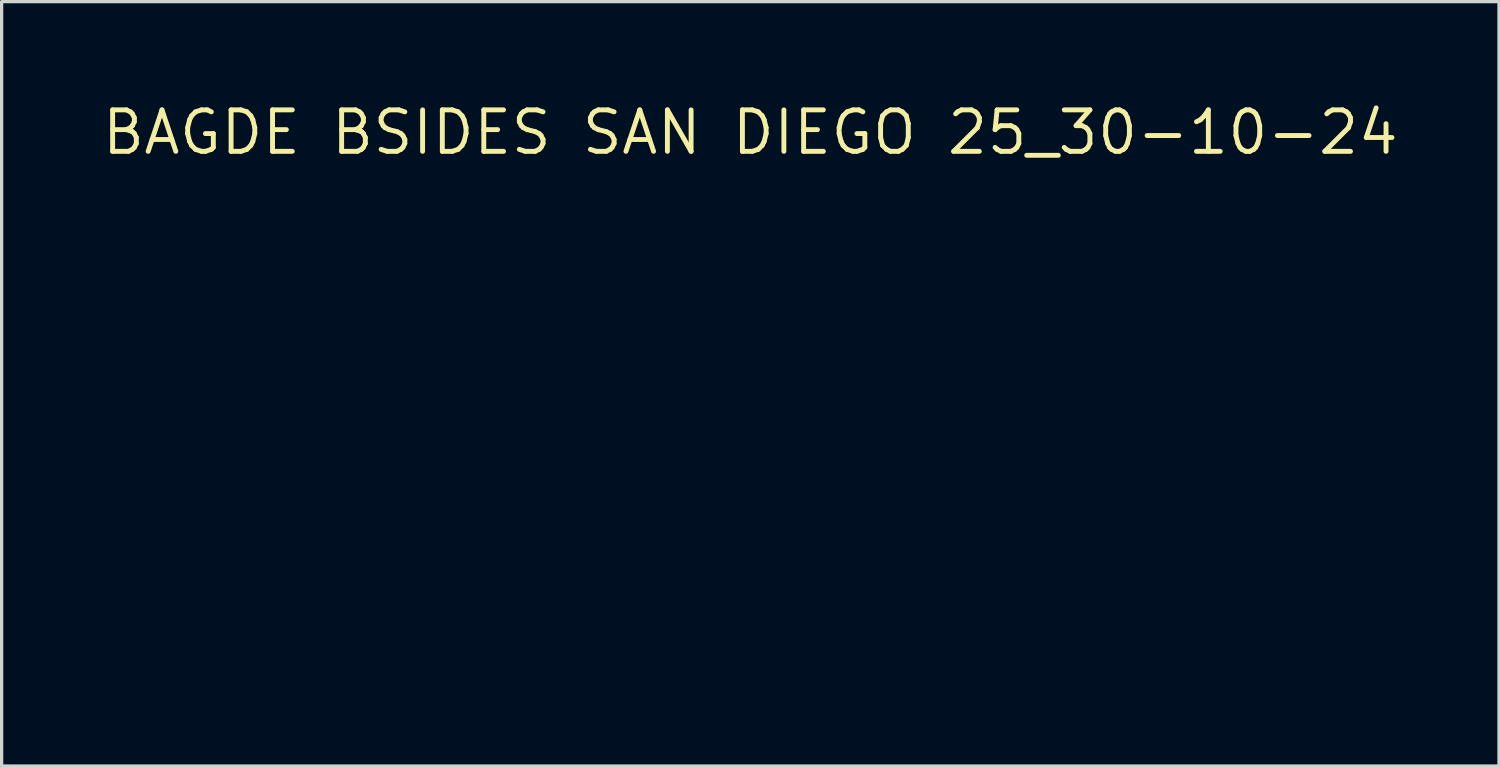
<source format=kicad_pcb>
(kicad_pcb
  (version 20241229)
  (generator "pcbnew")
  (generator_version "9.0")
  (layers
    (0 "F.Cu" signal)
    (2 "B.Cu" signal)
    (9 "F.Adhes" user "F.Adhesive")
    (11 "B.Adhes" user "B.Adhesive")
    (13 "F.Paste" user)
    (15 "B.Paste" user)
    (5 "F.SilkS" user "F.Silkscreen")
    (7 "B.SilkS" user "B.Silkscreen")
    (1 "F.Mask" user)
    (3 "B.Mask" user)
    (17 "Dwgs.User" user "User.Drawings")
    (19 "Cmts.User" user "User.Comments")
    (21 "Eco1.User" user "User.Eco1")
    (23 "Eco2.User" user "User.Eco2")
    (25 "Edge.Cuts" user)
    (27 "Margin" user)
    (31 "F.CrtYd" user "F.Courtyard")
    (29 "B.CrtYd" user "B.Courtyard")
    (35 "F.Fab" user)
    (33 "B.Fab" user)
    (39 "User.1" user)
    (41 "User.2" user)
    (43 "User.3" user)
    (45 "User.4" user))
  (footprint "BAGDE BSIDES SAN DIEGO 25_30-10-24"
    (layer "F.Cu")
    (at 19.934 1.006)
    (property "Reference" "BAGDE BSIDES SAN DIEGO 25_30-10-24" (at 0 0 0) (layer "F.SilkS") (effects (font (size 1.27 1.27) (thickness 0.15))))
    (attr through_hole)
    (fp_poly (pts (xy -6.262 15.669) (xy -6.103 16.372) (xy -6.814 16.385) (xy -6.933 16.387) (xy -7.091 16.389) (xy -7.284 16.391) (xy -7.507 16.392) (xy -7.757 16.394) (xy -8.03 16.395) (xy -8.322 16.397) (xy -8.629 16.398) (xy -8.948 16.399) (xy -9.275 16.4) (xy -9.605 16.401) (xy -9.889 16.401) (xy -12.253 16.404) (xy -12.325 16.314) (xy -12.36 16.27) (xy -12.415 16.2) (xy -12.485 16.109) (xy -12.569 16.001) (xy -12.661 15.881) (xy -12.76 15.754) (xy -12.861 15.623) (xy -12.96 15.493) (xy -13.055 15.369) (xy -13.142 15.256) (xy -13.218 15.157) (xy -13.279 15.077) (xy -13.321 15.021) (xy -13.342 14.993) (xy -13.343 14.991) (xy -13.337 14.988) (xy -13.316 14.985) (xy -13.277 14.982) (xy -13.218 14.979) (xy -13.139 14.977) (xy -13.037 14.974) (xy -12.911 14.973) (xy -12.759 14.971) (xy -12.579 14.97) (xy -12.37 14.968) (xy -12.131 14.967) (xy -11.859 14.967) (xy -11.554 14.966) (xy -11.212 14.965) (xy -10.834 14.965) (xy -10.416 14.965) (xy -9.958 14.965) (xy -9.89 14.965) (xy -6.421 14.965) (xy -6.262 15.669)) (stroke (width 0.01) (type solid)) (fill yes) (layer "F.Mask"))
    (fp_poly (pts (xy 9.503 14.965) (xy 9.871 14.965) (xy 10.225 14.966) (xy 10.564 14.966) (xy 10.884 14.967) (xy 11.183 14.968) (xy 11.46 14.969) (xy 11.712 14.971) (xy 11.937 14.972) (xy 12.133 14.973) (xy 12.297 14.975) (xy 12.427 14.977) (xy 12.522 14.978) (xy 12.578 14.98) (xy 12.594 14.982) (xy 12.582 15.002) (xy 12.546 15.052) (xy 12.49 15.128) (xy 12.416 15.227) (xy 12.327 15.345) (xy 12.226 15.479) (xy 12.115 15.624) (xy 12.059 15.696) (xy 11.525 16.394) (xy 9.08 16.394) (xy 8.747 16.394) (xy 8.416 16.394) (xy 8.09 16.394) (xy 7.773 16.393) (xy 7.469 16.393) (xy 7.182 16.392) (xy 6.915 16.392) (xy 6.671 16.391) (xy 6.455 16.391) (xy 6.269 16.39) (xy 6.118 16.389) (xy 6.006 16.388) (xy 5.995 16.388) (xy 5.836 16.387) (xy 5.691 16.384) (xy 5.565 16.382) (xy 5.464 16.38) (xy 5.394 16.377) (xy 5.358 16.375) (xy 5.355 16.374) (xy 5.359 16.352) (xy 5.372 16.293) (xy 5.391 16.203) (xy 5.416 16.087) (xy 5.446 15.948) (xy 5.479 15.793) (xy 5.503 15.681) (xy 5.539 15.517) (xy 5.571 15.366) (xy 5.6 15.233) (xy 5.623 15.123) (xy 5.64 15.041) (xy 5.65 14.993) (xy 5.652 14.981) (xy 5.672 14.98) (xy 5.733 14.978) (xy 5.832 14.976) (xy 5.967 14.974) (xy 6.135 14.973) (xy 6.334 14.972) (xy 6.562 14.97) (xy 6.817 14.969) (xy 7.097 14.968) (xy 7.399 14.967) (xy 7.722 14.966) (xy 8.062 14.966) (xy 8.418 14.965) (xy 8.788 14.965) (xy 9.123 14.965) (xy 9.503 14.965)) (stroke (width 0.01) (type solid)) (fill yes) (layer "F.Mask"))
    (fp_poly (pts (xy -6.259 15.669) (xy -6.1 16.372) (xy -6.811 16.385) (xy -6.93 16.387) (xy -7.088 16.389) (xy -7.281 16.391) (xy -7.504 16.392) (xy -7.754 16.394) (xy -8.027 16.395) (xy -8.319 16.397) (xy -8.627 16.398) (xy -8.946 16.399) (xy -9.272 16.4) (xy -9.602 16.401) (xy -9.886 16.401) (xy -12.25 16.404) (xy -12.322 16.314) (xy -12.357 16.27) (xy -12.412 16.2) (xy -12.483 16.109) (xy -12.566 16.001) (xy -12.659 15.881) (xy -12.757 15.754) (xy -12.858 15.623) (xy -12.958 15.493) (xy -13.053 15.369) (xy -13.14 15.256) (xy -13.215 15.157) (xy -13.276 15.077) (xy -13.318 15.021) (xy -13.339 14.993) (xy -13.34 14.991) (xy -13.335 14.988) (xy -13.313 14.985) (xy -13.274 14.982) (xy -13.216 14.979) (xy -13.136 14.977) (xy -13.034 14.974) (xy -12.908 14.973) (xy -12.756 14.971) (xy -12.576 14.97) (xy -12.368 14.968) (xy -12.128 14.967) (xy -11.857 14.967) (xy -11.551 14.966) (xy -11.209 14.965) (xy -10.831 14.965) (xy -10.414 14.965) (xy -9.956 14.965) (xy -9.887 14.965) (xy -6.419 14.965) (xy -6.259 15.669)) (stroke (width 0.01) (type solid)) (fill yes) (layer "B.Mask"))
    (fp_poly (pts (xy 9.499 14.966) (xy 9.867 14.967) (xy 10.222 14.967) (xy 10.56 14.968) (xy 10.88 14.969) (xy 11.18 14.97) (xy 11.457 14.971) (xy 11.709 14.972) (xy 11.934 14.973) (xy 12.129 14.975) (xy 12.294 14.977) (xy 12.424 14.978) (xy 12.518 14.98) (xy 12.574 14.982) (xy 12.591 14.983) (xy 12.578 15.003) (xy 12.542 15.053) (xy 12.486 15.129) (xy 12.412 15.228) (xy 12.323 15.346) (xy 12.222 15.48) (xy 12.111 15.626) (xy 12.056 15.698) (xy 11.521 16.395) (xy 9.077 16.395) (xy 8.743 16.395) (xy 8.412 16.395) (xy 8.086 16.395) (xy 7.77 16.395) (xy 7.466 16.394) (xy 7.178 16.394) (xy 6.911 16.393) (xy 6.667 16.393) (xy 6.451 16.392) (xy 6.266 16.391) (xy 6.115 16.391) (xy 6.002 16.39) (xy 5.992 16.39) (xy 5.832 16.388) (xy 5.687 16.386) (xy 5.561 16.384) (xy 5.461 16.381) (xy 5.39 16.379) (xy 5.355 16.376) (xy 5.352 16.375) (xy 5.356 16.353) (xy 5.368 16.295) (xy 5.387 16.205) (xy 5.412 16.088) (xy 5.442 15.95) (xy 5.476 15.794) (xy 5.5 15.683) (xy 5.535 15.519) (xy 5.568 15.367) (xy 5.596 15.234) (xy 5.619 15.125) (xy 5.636 15.043) (xy 5.646 14.994) (xy 5.648 14.983) (xy 5.669 14.981) (xy 5.73 14.979) (xy 5.828 14.978) (xy 5.963 14.976) (xy 6.131 14.974) (xy 6.33 14.973) (xy 6.559 14.972) (xy 6.814 14.971) (xy 7.094 14.969) (xy 7.396 14.969) (xy 7.718 14.968) (xy 8.059 14.967) (xy 8.415 14.967) (xy 8.785 14.966) (xy 9.119 14.966) (xy 9.499 14.966)) (stroke (width 0.01) (type solid)) (fill yes) (layer "B.Mask")))
  (gr_rect
    (start -3 -3)
    (end 42.868 20.415)
    (stroke (width 0.1) (type default))
    (fill no)
    (layer "Edge.Cuts")))
</source>
